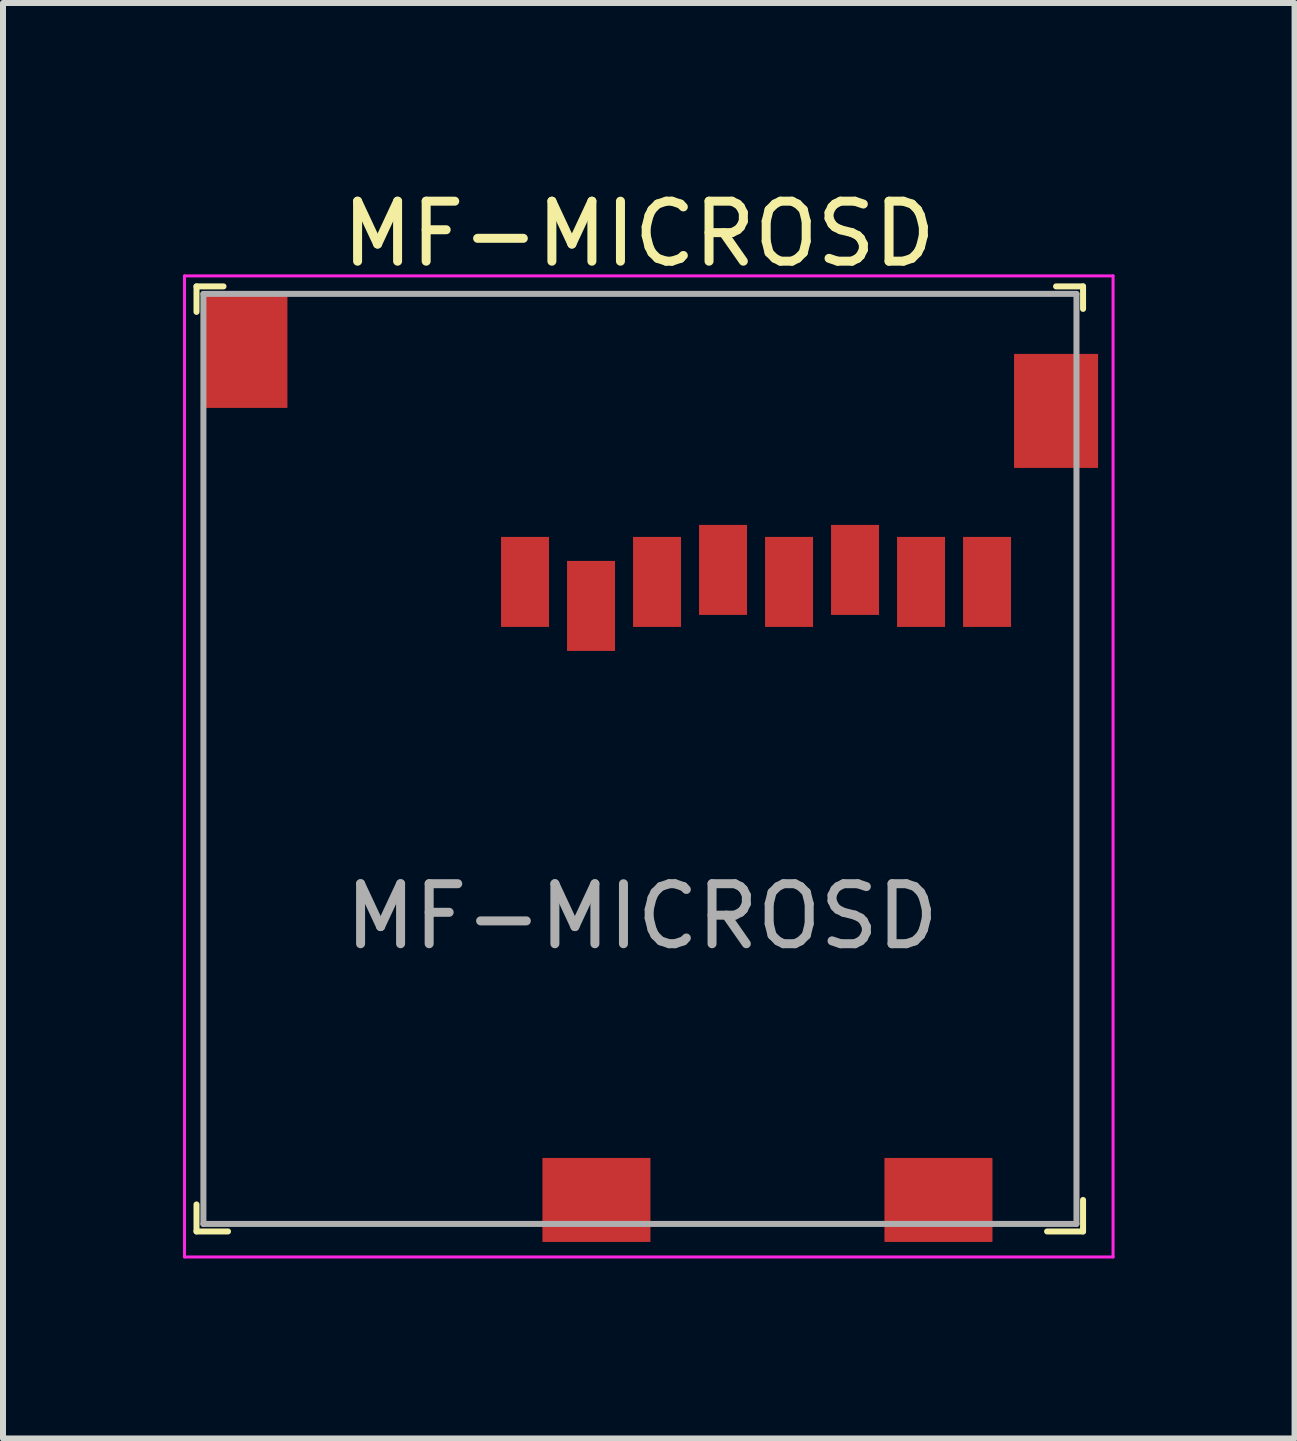
<source format=kicad_pcb>
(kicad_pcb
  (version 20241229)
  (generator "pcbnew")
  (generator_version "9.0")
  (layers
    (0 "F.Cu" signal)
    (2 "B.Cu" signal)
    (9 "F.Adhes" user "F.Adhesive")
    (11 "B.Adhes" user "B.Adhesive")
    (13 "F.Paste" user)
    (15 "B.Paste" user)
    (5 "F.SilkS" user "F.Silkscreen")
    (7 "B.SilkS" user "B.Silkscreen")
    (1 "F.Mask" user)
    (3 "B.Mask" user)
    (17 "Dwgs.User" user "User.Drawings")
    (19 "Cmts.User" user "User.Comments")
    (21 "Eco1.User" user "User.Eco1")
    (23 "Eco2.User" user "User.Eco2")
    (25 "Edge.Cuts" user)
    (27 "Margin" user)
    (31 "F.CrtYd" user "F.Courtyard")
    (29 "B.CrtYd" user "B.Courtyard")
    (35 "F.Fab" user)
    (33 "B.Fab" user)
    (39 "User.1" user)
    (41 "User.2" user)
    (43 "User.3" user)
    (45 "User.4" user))
  (footprint "MF-MICROSD"
    (layer "F.Cu")
    (at 5.7 6.648)
    (property "Reference" "MF-MICROSD" (at 1.9 -5.8 0) (layer "F.SilkS") (effects (font (size 1 1) (thickness 0.15))))
    (attr smd)
    (fp_line (start -5.475 -4.925) (end -5.475 -4.5) (stroke (width 0.1) (type solid)) (layer "F.SilkS"))
    (fp_line (start -5.475 10.825) (end -5.475 10.375) (stroke (width 0.1) (type solid)) (layer "F.SilkS"))
    (fp_line (start -5.025 -4.925) (end -5.475 -4.925) (stroke (width 0.1) (type solid)) (layer "F.SilkS"))
    (fp_line (start -4.95 10.825) (end -5.475 10.825) (stroke (width 0.1) (type solid)) (layer "F.SilkS"))
    (fp_line (start 8.7 10.825) (end 9.3 10.825) (stroke (width 0.1) (type solid)) (layer "F.SilkS"))
    (fp_line (start 8.85 -4.925) (end 9.3 -4.925) (stroke (width 0.1) (type solid)) (layer "F.SilkS"))
    (fp_line (start 9.3 -4.925) (end 9.3 -4.55) (stroke (width 0.1) (type solid)) (layer "F.SilkS"))
    (fp_line (start 9.3 10.825) (end 9.3 10.3) (stroke (width 0.1) (type solid)) (layer "F.SilkS"))
    (fp_line (start -5.675 -5.1) (end -5.675 11.25) (stroke (width 0.05) (type solid)) (layer "F.CrtYd"))
    (fp_line (start -5.675 -5.1) (end 9.8 -5.1) (stroke (width 0.05) (type solid)) (layer "F.CrtYd"))
    (fp_line (start 9.8 -5.1) (end 9.8 11.25) (stroke (width 0.05) (type solid)) (layer "F.CrtYd"))
    (fp_line (start 9.8 11.25) (end -5.675 11.25) (stroke (width 0.05) (type solid)) (layer "F.CrtYd"))
    (fp_line (start -5.36 -4.8) (end -5.36 10.7) (stroke (width 0.1) (type solid)) (layer "F.Fab"))
    (fp_line (start -5.36 -4.8) (end 9.19 -4.8) (stroke (width 0.1) (type solid)) (layer "F.Fab"))
    (fp_line (start 9.19 -4.8) (end 9.19 10.7) (stroke (width 0.1) (type solid)) (layer "F.Fab"))
    (fp_line (start 9.19 10.7) (end -5.36 10.7) (stroke (width 0.1) (type solid)) (layer "F.Fab"))
    (fp_text user "${REFERENCE}" (at 1.95 5.575 0) (layer "F.Fab") (effects (font (size 1 1) (thickness 0.15))))
    (pad "1" smd rect (at 0 0) (size 0.8 1.5) (layers "F.Cu" "F.Mask" "F.Paste"))
    (pad "2" smd rect (at 1.1 0.4) (size 0.8 1.5) (layers "F.Cu" "F.Mask" "F.Paste"))
    (pad "3" smd rect (at 2.2 0) (size 0.8 1.5) (layers "F.Cu" "F.Mask" "F.Paste"))
    (pad "4" smd rect (at 3.3 -0.2) (size 0.8 1.5) (layers "F.Cu" "F.Mask" "F.Paste"))
    (pad "5" smd rect (at 4.4 0) (size 0.8 1.5) (layers "F.Cu" "F.Mask" "F.Paste"))
    (pad "6" smd rect (at 5.5 -0.2) (size 0.8 1.5) (layers "F.Cu" "F.Mask" "F.Paste"))
    (pad "7" smd rect (at 6.6 0) (size 0.8 1.5) (layers "F.Cu" "F.Mask" "F.Paste"))
    (pad "8" smd rect (at 7.7 0) (size 0.8 1.5) (layers "F.Cu" "F.Mask" "F.Paste"))
    (pad "9" smd rect (at 6.89 10.3) (size 1.8 1.4) (layers "F.Cu" "F.Mask" "F.Paste"))
    (pad "10" smd rect (at 1.19 10.3) (size 1.8 1.4) (layers "F.Cu" "F.Mask" "F.Paste"))
    (pad "11" smd rect (at -4.66 -3.85) (size 1.4 1.9) (layers "F.Cu" "F.Mask" "F.Paste"))
    (pad "11" smd rect (at 8.85 -2.85) (size 1.4 1.9) (layers "F.Cu" "F.Mask" "F.Paste")))
  (gr_rect
    (start -3 -3)
    (end 18.525 20.923)
    (stroke (width 0.1) (type default))
    (fill no)
    (layer "Edge.Cuts")))
</source>
